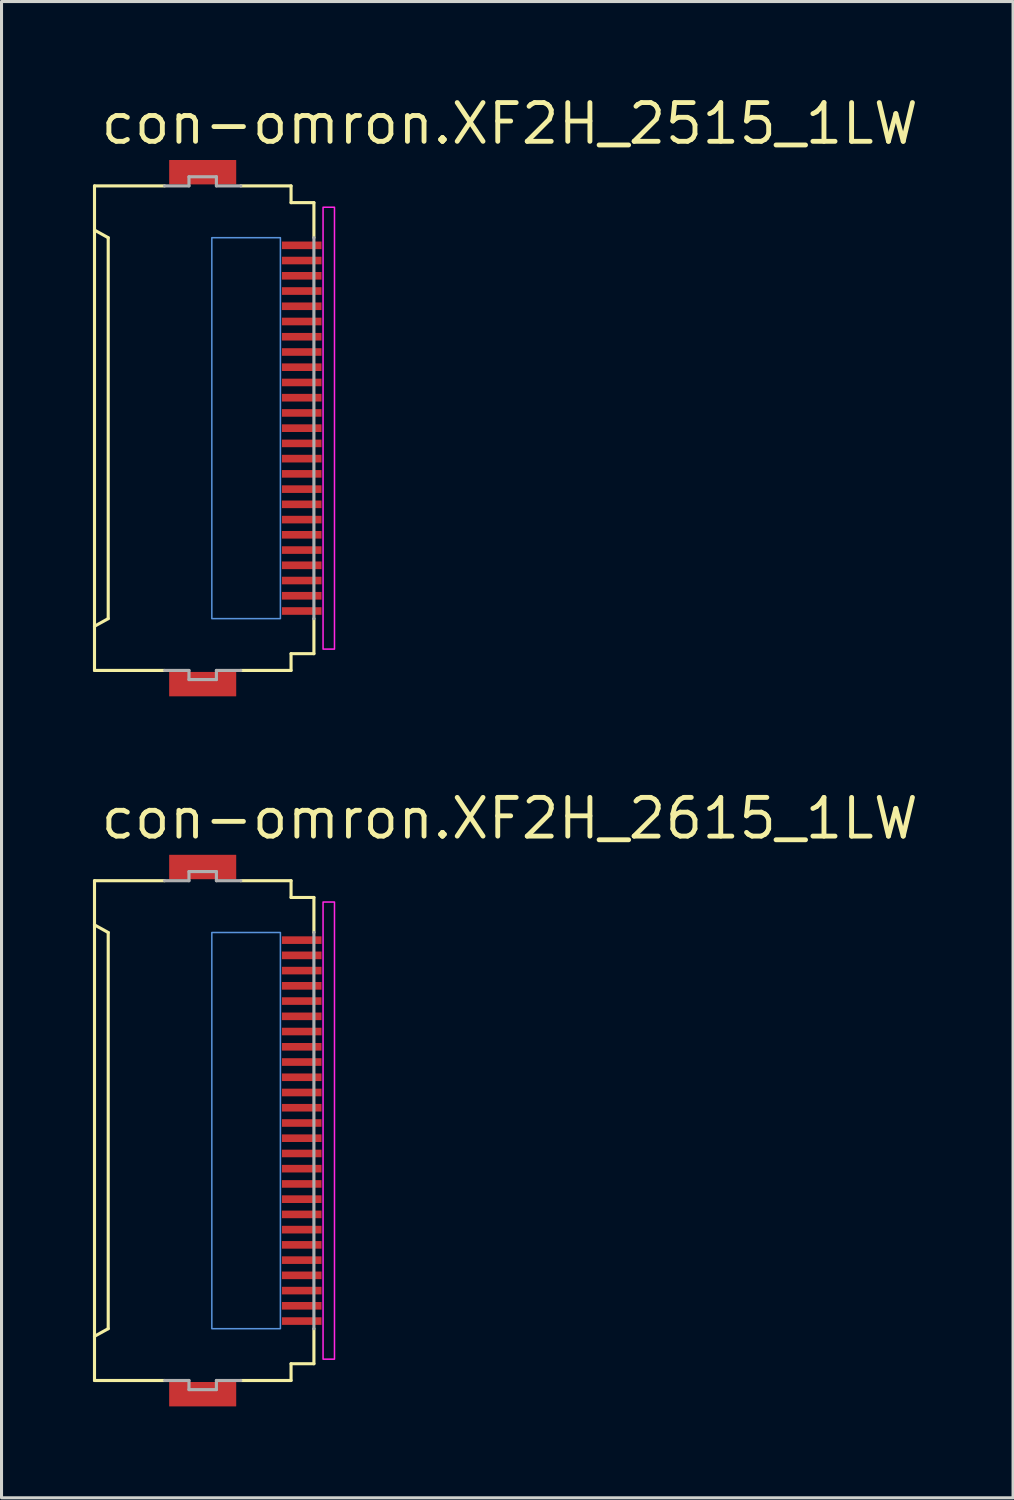
<source format=kicad_pcb>
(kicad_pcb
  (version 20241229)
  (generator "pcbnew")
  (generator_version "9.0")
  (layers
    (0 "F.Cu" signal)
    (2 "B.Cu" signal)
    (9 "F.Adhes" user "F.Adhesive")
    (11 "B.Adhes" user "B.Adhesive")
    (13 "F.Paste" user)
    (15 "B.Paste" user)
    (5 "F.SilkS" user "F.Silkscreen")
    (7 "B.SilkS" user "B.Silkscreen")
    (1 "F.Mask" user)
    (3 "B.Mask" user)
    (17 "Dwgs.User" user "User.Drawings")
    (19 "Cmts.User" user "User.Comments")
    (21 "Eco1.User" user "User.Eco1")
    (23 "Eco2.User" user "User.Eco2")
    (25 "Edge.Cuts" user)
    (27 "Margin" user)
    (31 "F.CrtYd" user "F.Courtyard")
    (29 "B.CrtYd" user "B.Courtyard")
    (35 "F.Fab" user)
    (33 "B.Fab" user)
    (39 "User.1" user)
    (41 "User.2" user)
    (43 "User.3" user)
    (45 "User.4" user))
  (footprint "con-omron.XF2H_2615_1LW"
    (layer "F.Cu")
    (at 3.676 34.05)
    (property "Reference" "con-omron.XF2H_2615_1LW" (at -3.5 -9.5 0) (layer "F.SilkS") (effects (font (size 1.27 1.27) (thickness 0.16)) (justify left bottom)))
    (attr smd)
    (fp_rect (start 2.475 -6.075) (end 3.875 -6.425) (stroke (width 0.05) (type default)) (fill yes) (layer "F.Mask"))
    (fp_rect (start 2.475 -5.575) (end 3.875 -5.925) (stroke (width 0.05) (type default)) (fill yes) (layer "F.Mask"))
    (fp_rect (start 2.475 -5.075) (end 3.875 -5.425) (stroke (width 0.05) (type default)) (fill yes) (layer "F.Mask"))
    (fp_rect (start 2.475 -4.575) (end 3.875 -4.925) (stroke (width 0.05) (type default)) (fill yes) (layer "F.Mask"))
    (fp_rect (start 2.475 -4.075) (end 3.875 -4.425) (stroke (width 0.05) (type default)) (fill yes) (layer "F.Mask"))
    (fp_rect (start 2.475 -3.575) (end 3.875 -3.925) (stroke (width 0.05) (type default)) (fill yes) (layer "F.Mask"))
    (fp_rect (start 2.475 -3.075) (end 3.875 -3.425) (stroke (width 0.05) (type default)) (fill yes) (layer "F.Mask"))
    (fp_rect (start 2.475 -2.575) (end 3.875 -2.925) (stroke (width 0.05) (type default)) (fill yes) (layer "F.Mask"))
    (fp_rect (start 2.475 -2.075) (end 3.875 -2.425) (stroke (width 0.05) (type default)) (fill yes) (layer "F.Mask"))
    (fp_rect (start 2.475 -1.575) (end 3.875 -1.925) (stroke (width 0.05) (type default)) (fill yes) (layer "F.Mask"))
    (fp_rect (start 2.475 -1.075) (end 3.875 -1.425) (stroke (width 0.05) (type default)) (fill yes) (layer "F.Mask"))
    (fp_rect (start 2.475 -0.575) (end 3.875 -0.925) (stroke (width 0.05) (type default)) (fill yes) (layer "F.Mask"))
    (fp_rect (start 2.475 -0.075) (end 3.875 -0.425) (stroke (width 0.05) (type default)) (fill yes) (layer "F.Mask"))
    (fp_rect (start 2.475 0.425) (end 3.875 0.075) (stroke (width 0.05) (type default)) (fill yes) (layer "F.Mask"))
    (fp_rect (start 2.475 0.925) (end 3.875 0.575) (stroke (width 0.05) (type default)) (fill yes) (layer "F.Mask"))
    (fp_rect (start 2.475 1.425) (end 3.875 1.075) (stroke (width 0.05) (type default)) (fill yes) (layer "F.Mask"))
    (fp_rect (start 2.475 1.925) (end 3.875 1.575) (stroke (width 0.05) (type default)) (fill yes) (layer "F.Mask"))
    (fp_rect (start 2.475 2.425) (end 3.875 2.075) (stroke (width 0.05) (type default)) (fill yes) (layer "F.Mask"))
    (fp_rect (start 2.475 2.925) (end 3.875 2.575) (stroke (width 0.05) (type default)) (fill yes) (layer "F.Mask"))
    (fp_rect (start 2.475 3.425) (end 3.875 3.075) (stroke (width 0.05) (type default)) (fill yes) (layer "F.Mask"))
    (fp_rect (start 2.475 3.925) (end 3.875 3.575) (stroke (width 0.05) (type default)) (fill yes) (layer "F.Mask"))
    (fp_rect (start 2.475 4.425) (end 3.875 4.075) (stroke (width 0.05) (type default)) (fill yes) (layer "F.Mask"))
    (fp_rect (start 2.475 4.925) (end 3.875 4.575) (stroke (width 0.05) (type default)) (fill yes) (layer "F.Mask"))
    (fp_rect (start 2.475 5.425) (end 3.875 5.075) (stroke (width 0.05) (type default)) (fill yes) (layer "F.Mask"))
    (fp_rect (start 2.475 5.925) (end 3.875 5.575) (stroke (width 0.05) (type default)) (fill yes) (layer "F.Mask"))
    (fp_rect (start 2.475 6.425) (end 3.875 6.075) (stroke (width 0.05) (type default)) (fill yes) (layer "F.Mask"))
    (fp_line (start -3.625 -8.2) (end -1.325 -8.2) (stroke (width 0.102) (type default)) (layer "F.SilkS"))
    (fp_line (start -3.625 -6.75) (end -3.625 -8.2) (stroke (width 0.102) (type default)) (layer "F.SilkS"))
    (fp_line (start -3.625 -6.75) (end -3.625 6.75) (stroke (width 0.102) (type default)) (layer "F.SilkS"))
    (fp_line (start -3.625 6.75) (end -3.175 6.5) (stroke (width 0.102) (type default)) (layer "F.SilkS"))
    (fp_line (start -3.625 8.2) (end -3.625 6.75) (stroke (width 0.102) (type default)) (layer "F.SilkS"))
    (fp_line (start -3.175 -6.5) (end -3.625 -6.75) (stroke (width 0.102) (type default)) (layer "F.SilkS"))
    (fp_line (start -3.175 6.5) (end -3.175 -6.5) (stroke (width 0.102) (type default)) (layer "F.SilkS"))
    (fp_line (start -1.325 8.2) (end -3.625 8.2) (stroke (width 0.102) (type default)) (layer "F.SilkS"))
    (fp_line (start 1.175 -8.2) (end 2.825 -8.2) (stroke (width 0.102) (type default)) (layer "F.SilkS"))
    (fp_line (start 1.175 8.2) (end 2.825 8.2) (stroke (width 0.102) (type default)) (layer "F.SilkS"))
    (fp_line (start 2.825 -8.2) (end 2.825 -7.65) (stroke (width 0.102) (type default)) (layer "F.SilkS"))
    (fp_line (start 2.825 -7.65) (end 3.575 -7.65) (stroke (width 0.102) (type default)) (layer "F.SilkS"))
    (fp_line (start 2.825 7.65) (end 2.825 8.2) (stroke (width 0.102) (type default)) (layer "F.SilkS"))
    (fp_line (start 2.825 7.65) (end 3.575 7.65) (stroke (width 0.102) (type default)) (layer "F.SilkS"))
    (fp_line (start 3.575 -7.65) (end 3.575 -6.5) (stroke (width 0.102) (type default)) (layer "F.SilkS"))
    (fp_line (start 3.575 6.5) (end 3.575 7.65) (stroke (width 0.102) (type default)) (layer "F.SilkS"))
    (fp_rect (start 0.225 6.5) (end 2.475 -6.5) (stroke (width 0.05) (type default)) (fill no) (layer "Cmts.User"))
    (fp_rect (start 3.875 7.5) (end 4.25 -7.5) (stroke (width 0.05) (type default)) (fill no) (layer "F.CrtYd"))
    (fp_line (start -1.325 -8.2) (end -0.525 -8.2) (stroke (width 0.102) (type default)) (layer "F.Fab"))
    (fp_line (start -0.525 -8.5) (end 0.375 -8.5) (stroke (width 0.102) (type default)) (layer "F.Fab"))
    (fp_line (start -0.525 -8.2) (end -0.525 -8.5) (stroke (width 0.102) (type default)) (layer "F.Fab"))
    (fp_line (start -0.525 8.2) (end -1.325 8.2) (stroke (width 0.102) (type default)) (layer "F.Fab"))
    (fp_line (start -0.525 8.5) (end -0.525 8.2) (stroke (width 0.102) (type default)) (layer "F.Fab"))
    (fp_line (start 0.375 -8.5) (end 0.375 -8.2) (stroke (width 0.102) (type default)) (layer "F.Fab"))
    (fp_line (start 0.375 -8.2) (end 1.175 -8.2) (stroke (width 0.102) (type default)) (layer "F.Fab"))
    (fp_line (start 0.375 8.2) (end 0.375 8.5) (stroke (width 0.102) (type default)) (layer "F.Fab"))
    (fp_line (start 0.375 8.5) (end -0.525 8.5) (stroke (width 0.102) (type default)) (layer "F.Fab"))
    (fp_line (start 1.175 8.2) (end 0.375 8.2) (stroke (width 0.102) (type default)) (layer "F.Fab"))
    (fp_line (start 3.575 -6.5) (end 3.575 6.5) (stroke (width 0.102) (type default)) (layer "F.Fab"))
    (pad "1" smd roundrect (at 3.175 -6.25) (size 1.3 0.25) (layers "F.Cu" "F.Mask" "F.Paste") (roundrect_rratio 0.01))
    (pad "2" smd roundrect (at 3.175 -5.75) (size 1.3 0.25) (layers "F.Cu" "F.Mask" "F.Paste") (roundrect_rratio 0.01))
    (pad "3" smd roundrect (at 3.175 -5.25) (size 1.3 0.25) (layers "F.Cu" "F.Mask" "F.Paste") (roundrect_rratio 0.01))
    (pad "4" smd roundrect (at 3.175 -4.75) (size 1.3 0.25) (layers "F.Cu" "F.Mask" "F.Paste") (roundrect_rratio 0.01))
    (pad "5" smd roundrect (at 3.175 -4.25) (size 1.3 0.25) (layers "F.Cu" "F.Mask" "F.Paste") (roundrect_rratio 0.01))
    (pad "6" smd roundrect (at 3.175 -3.75) (size 1.3 0.25) (layers "F.Cu" "F.Mask" "F.Paste") (roundrect_rratio 0.01))
    (pad "7" smd roundrect (at 3.175 -3.25) (size 1.3 0.25) (layers "F.Cu" "F.Mask" "F.Paste") (roundrect_rratio 0.01))
    (pad "8" smd roundrect (at 3.175 -2.75) (size 1.3 0.25) (layers "F.Cu" "F.Mask" "F.Paste") (roundrect_rratio 0.01))
    (pad "9" smd roundrect (at 3.175 -2.25) (size 1.3 0.25) (layers "F.Cu" "F.Mask" "F.Paste") (roundrect_rratio 0.01))
    (pad "10" smd roundrect (at 3.175 -1.75) (size 1.3 0.25) (layers "F.Cu" "F.Mask" "F.Paste") (roundrect_rratio 0.01))
    (pad "11" smd roundrect (at 3.175 -1.25) (size 1.3 0.25) (layers "F.Cu" "F.Mask" "F.Paste") (roundrect_rratio 0.01))
    (pad "12" smd roundrect (at 3.175 -0.75) (size 1.3 0.25) (layers "F.Cu" "F.Mask" "F.Paste") (roundrect_rratio 0.01))
    (pad "13" smd roundrect (at 3.175 -0.25) (size 1.3 0.25) (layers "F.Cu" "F.Mask" "F.Paste") (roundrect_rratio 0.01))
    (pad "14" smd roundrect (at 3.175 0.25) (size 1.3 0.25) (layers "F.Cu" "F.Mask" "F.Paste") (roundrect_rratio 0.01))
    (pad "15" smd roundrect (at 3.175 0.75) (size 1.3 0.25) (layers "F.Cu" "F.Mask" "F.Paste") (roundrect_rratio 0.01))
    (pad "16" smd roundrect (at 3.175 1.25) (size 1.3 0.25) (layers "F.Cu" "F.Mask" "F.Paste") (roundrect_rratio 0.01))
    (pad "17" smd roundrect (at 3.175 1.75) (size 1.3 0.25) (layers "F.Cu" "F.Mask" "F.Paste") (roundrect_rratio 0.01))
    (pad "18" smd roundrect (at 3.175 2.25) (size 1.3 0.25) (layers "F.Cu" "F.Mask" "F.Paste") (roundrect_rratio 0.01))
    (pad "19" smd roundrect (at 3.175 2.75) (size 1.3 0.25) (layers "F.Cu" "F.Mask" "F.Paste") (roundrect_rratio 0.01))
    (pad "20" smd roundrect (at 3.175 3.25) (size 1.3 0.25) (layers "F.Cu" "F.Mask" "F.Paste") (roundrect_rratio 0.01))
    (pad "21" smd roundrect (at 3.175 3.75) (size 1.3 0.25) (layers "F.Cu" "F.Mask" "F.Paste") (roundrect_rratio 0.01))
    (pad "22" smd roundrect (at 3.175 4.25) (size 1.3 0.25) (layers "F.Cu" "F.Mask" "F.Paste") (roundrect_rratio 0.01))
    (pad "23" smd roundrect (at 3.175 4.75) (size 1.3 0.25) (layers "F.Cu" "F.Mask" "F.Paste") (roundrect_rratio 0.01))
    (pad "24" smd roundrect (at 3.175 5.25) (size 1.3 0.25) (layers "F.Cu" "F.Mask" "F.Paste") (roundrect_rratio 0.01))
    (pad "25" smd roundrect (at 3.175 5.75) (size 1.3 0.25) (layers "F.Cu" "F.Mask" "F.Paste") (roundrect_rratio 0.01))
    (pad "26" smd roundrect (at 3.175 6.25) (size 1.3 0.25) (layers "F.Cu" "F.Mask" "F.Paste") (roundrect_rratio 0.01))
    (pad "M1" smd roundrect (at -0.075 -8.65) (size 2.2 0.8) (layers "F.Cu" "F.Mask" "F.Paste") (roundrect_rratio 0.01))
    (pad "M2" smd roundrect (at -0.075 8.65) (size 2.2 0.8) (layers "F.Cu" "F.Mask" "F.Paste") (roundrect_rratio 0.01)))
  (footprint "con-omron.XF2H_2515_1LW"
    (layer "F.Cu")
    (at 3.676 11)
    (property "Reference" "con-omron.XF2H_2515_1LW" (at -3.5 -9.25 0) (layer "F.SilkS") (effects (font (size 1.27 1.27) (thickness 0.16)) (justify left bottom)))
    (attr smd)
    (fp_rect (start 2.475 -5.825) (end 3.875 -6.175) (stroke (width 0.05) (type default)) (fill yes) (layer "F.Mask"))
    (fp_rect (start 2.475 -5.325) (end 3.875 -5.675) (stroke (width 0.05) (type default)) (fill yes) (layer "F.Mask"))
    (fp_rect (start 2.475 -4.825) (end 3.875 -5.175) (stroke (width 0.05) (type default)) (fill yes) (layer "F.Mask"))
    (fp_rect (start 2.475 -4.325) (end 3.875 -4.675) (stroke (width 0.05) (type default)) (fill yes) (layer "F.Mask"))
    (fp_rect (start 2.475 -3.825) (end 3.875 -4.175) (stroke (width 0.05) (type default)) (fill yes) (layer "F.Mask"))
    (fp_rect (start 2.475 -3.325) (end 3.875 -3.675) (stroke (width 0.05) (type default)) (fill yes) (layer "F.Mask"))
    (fp_rect (start 2.475 -2.825) (end 3.875 -3.175) (stroke (width 0.05) (type default)) (fill yes) (layer "F.Mask"))
    (fp_rect (start 2.475 -2.325) (end 3.875 -2.675) (stroke (width 0.05) (type default)) (fill yes) (layer "F.Mask"))
    (fp_rect (start 2.475 -1.825) (end 3.875 -2.175) (stroke (width 0.05) (type default)) (fill yes) (layer "F.Mask"))
    (fp_rect (start 2.475 -1.325) (end 3.875 -1.675) (stroke (width 0.05) (type default)) (fill yes) (layer "F.Mask"))
    (fp_rect (start 2.475 -0.825) (end 3.875 -1.175) (stroke (width 0.05) (type default)) (fill yes) (layer "F.Mask"))
    (fp_rect (start 2.475 -0.325) (end 3.875 -0.675) (stroke (width 0.05) (type default)) (fill yes) (layer "F.Mask"))
    (fp_rect (start 2.475 0.175) (end 3.875 -0.175) (stroke (width 0.05) (type default)) (fill yes) (layer "F.Mask"))
    (fp_rect (start 2.475 0.675) (end 3.875 0.325) (stroke (width 0.05) (type default)) (fill yes) (layer "F.Mask"))
    (fp_rect (start 2.475 1.175) (end 3.875 0.825) (stroke (width 0.05) (type default)) (fill yes) (layer "F.Mask"))
    (fp_rect (start 2.475 1.675) (end 3.875 1.325) (stroke (width 0.05) (type default)) (fill yes) (layer "F.Mask"))
    (fp_rect (start 2.475 2.175) (end 3.875 1.825) (stroke (width 0.05) (type default)) (fill yes) (layer "F.Mask"))
    (fp_rect (start 2.475 2.675) (end 3.875 2.325) (stroke (width 0.05) (type default)) (fill yes) (layer "F.Mask"))
    (fp_rect (start 2.475 3.175) (end 3.875 2.825) (stroke (width 0.05) (type default)) (fill yes) (layer "F.Mask"))
    (fp_rect (start 2.475 3.675) (end 3.875 3.325) (stroke (width 0.05) (type default)) (fill yes) (layer "F.Mask"))
    (fp_rect (start 2.475 4.175) (end 3.875 3.825) (stroke (width 0.05) (type default)) (fill yes) (layer "F.Mask"))
    (fp_rect (start 2.475 4.675) (end 3.875 4.325) (stroke (width 0.05) (type default)) (fill yes) (layer "F.Mask"))
    (fp_rect (start 2.475 5.175) (end 3.875 4.825) (stroke (width 0.05) (type default)) (fill yes) (layer "F.Mask"))
    (fp_rect (start 2.475 5.675) (end 3.875 5.325) (stroke (width 0.05) (type default)) (fill yes) (layer "F.Mask"))
    (fp_rect (start 2.475 6.175) (end 3.875 5.825) (stroke (width 0.05) (type default)) (fill yes) (layer "F.Mask"))
    (fp_line (start -3.625 -7.95) (end -1.325 -7.95) (stroke (width 0.102) (type default)) (layer "F.SilkS"))
    (fp_line (start -3.625 -6.5) (end -3.625 -7.95) (stroke (width 0.102) (type default)) (layer "F.SilkS"))
    (fp_line (start -3.625 -6.5) (end -3.625 6.5) (stroke (width 0.102) (type default)) (layer "F.SilkS"))
    (fp_line (start -3.625 6.5) (end -3.175 6.25) (stroke (width 0.102) (type default)) (layer "F.SilkS"))
    (fp_line (start -3.625 7.95) (end -3.625 6.5) (stroke (width 0.102) (type default)) (layer "F.SilkS"))
    (fp_line (start -3.175 -6.25) (end -3.625 -6.5) (stroke (width 0.102) (type default)) (layer "F.SilkS"))
    (fp_line (start -3.175 6.25) (end -3.175 -6.25) (stroke (width 0.102) (type default)) (layer "F.SilkS"))
    (fp_line (start -1.325 7.95) (end -3.625 7.95) (stroke (width 0.102) (type default)) (layer "F.SilkS"))
    (fp_line (start 1.175 -7.95) (end 2.825 -7.95) (stroke (width 0.102) (type default)) (layer "F.SilkS"))
    (fp_line (start 1.175 7.95) (end 2.825 7.95) (stroke (width 0.102) (type default)) (layer "F.SilkS"))
    (fp_line (start 2.825 -7.95) (end 2.825 -7.4) (stroke (width 0.102) (type default)) (layer "F.SilkS"))
    (fp_line (start 2.825 -7.4) (end 3.575 -7.4) (stroke (width 0.102) (type default)) (layer "F.SilkS"))
    (fp_line (start 2.825 7.4) (end 2.825 7.95) (stroke (width 0.102) (type default)) (layer "F.SilkS"))
    (fp_line (start 2.825 7.4) (end 3.575 7.4) (stroke (width 0.102) (type default)) (layer "F.SilkS"))
    (fp_line (start 3.575 -7.4) (end 3.575 -6.25) (stroke (width 0.102) (type default)) (layer "F.SilkS"))
    (fp_line (start 3.575 6.25) (end 3.575 7.4) (stroke (width 0.102) (type default)) (layer "F.SilkS"))
    (fp_rect (start 0.225 6.25) (end 2.475 -6.25) (stroke (width 0.05) (type default)) (fill no) (layer "Cmts.User"))
    (fp_rect (start 3.875 7.25) (end 4.25 -7.25) (stroke (width 0.05) (type default)) (fill no) (layer "F.CrtYd"))
    (fp_line (start -1.325 -7.95) (end -0.525 -7.95) (stroke (width 0.102) (type default)) (layer "F.Fab"))
    (fp_line (start -0.525 -8.25) (end 0.375 -8.25) (stroke (width 0.102) (type default)) (layer "F.Fab"))
    (fp_line (start -0.525 -7.95) (end -0.525 -8.25) (stroke (width 0.102) (type default)) (layer "F.Fab"))
    (fp_line (start -0.525 7.95) (end -1.325 7.95) (stroke (width 0.102) (type default)) (layer "F.Fab"))
    (fp_line (start -0.525 8.25) (end -0.525 7.95) (stroke (width 0.102) (type default)) (layer "F.Fab"))
    (fp_line (start 0.375 -8.25) (end 0.375 -7.95) (stroke (width 0.102) (type default)) (layer "F.Fab"))
    (fp_line (start 0.375 -7.95) (end 1.175 -7.95) (stroke (width 0.102) (type default)) (layer "F.Fab"))
    (fp_line (start 0.375 7.95) (end 0.375 8.25) (stroke (width 0.102) (type default)) (layer "F.Fab"))
    (fp_line (start 0.375 8.25) (end -0.525 8.25) (stroke (width 0.102) (type default)) (layer "F.Fab"))
    (fp_line (start 1.175 7.95) (end 0.375 7.95) (stroke (width 0.102) (type default)) (layer "F.Fab"))
    (fp_line (start 3.575 -6.25) (end 3.575 6.25) (stroke (width 0.102) (type default)) (layer "F.Fab"))
    (pad "1" smd roundrect (at 3.175 -6) (size 1.3 0.25) (layers "F.Cu" "F.Mask" "F.Paste") (roundrect_rratio 0.01))
    (pad "2" smd roundrect (at 3.175 -5.5) (size 1.3 0.25) (layers "F.Cu" "F.Mask" "F.Paste") (roundrect_rratio 0.01))
    (pad "3" smd roundrect (at 3.175 -5) (size 1.3 0.25) (layers "F.Cu" "F.Mask" "F.Paste") (roundrect_rratio 0.01))
    (pad "4" smd roundrect (at 3.175 -4.5) (size 1.3 0.25) (layers "F.Cu" "F.Mask" "F.Paste") (roundrect_rratio 0.01))
    (pad "5" smd roundrect (at 3.175 -4) (size 1.3 0.25) (layers "F.Cu" "F.Mask" "F.Paste") (roundrect_rratio 0.01))
    (pad "6" smd roundrect (at 3.175 -3.5) (size 1.3 0.25) (layers "F.Cu" "F.Mask" "F.Paste") (roundrect_rratio 0.01))
    (pad "7" smd roundrect (at 3.175 -3) (size 1.3 0.25) (layers "F.Cu" "F.Mask" "F.Paste") (roundrect_rratio 0.01))
    (pad "8" smd roundrect (at 3.175 -2.5) (size 1.3 0.25) (layers "F.Cu" "F.Mask" "F.Paste") (roundrect_rratio 0.01))
    (pad "9" smd roundrect (at 3.175 -2) (size 1.3 0.25) (layers "F.Cu" "F.Mask" "F.Paste") (roundrect_rratio 0.01))
    (pad "10" smd roundrect (at 3.175 -1.5) (size 1.3 0.25) (layers "F.Cu" "F.Mask" "F.Paste") (roundrect_rratio 0.01))
    (pad "11" smd roundrect (at 3.175 -1) (size 1.3 0.25) (layers "F.Cu" "F.Mask" "F.Paste") (roundrect_rratio 0.01))
    (pad "12" smd roundrect (at 3.175 -0.5) (size 1.3 0.25) (layers "F.Cu" "F.Mask" "F.Paste") (roundrect_rratio 0.01))
    (pad "13" smd roundrect (at 3.175 0) (size 1.3 0.25) (layers "F.Cu" "F.Mask" "F.Paste") (roundrect_rratio 0.01))
    (pad "14" smd roundrect (at 3.175 0.5) (size 1.3 0.25) (layers "F.Cu" "F.Mask" "F.Paste") (roundrect_rratio 0.01))
    (pad "15" smd roundrect (at 3.175 1) (size 1.3 0.25) (layers "F.Cu" "F.Mask" "F.Paste") (roundrect_rratio 0.01))
    (pad "16" smd roundrect (at 3.175 1.5) (size 1.3 0.25) (layers "F.Cu" "F.Mask" "F.Paste") (roundrect_rratio 0.01))
    (pad "17" smd roundrect (at 3.175 2) (size 1.3 0.25) (layers "F.Cu" "F.Mask" "F.Paste") (roundrect_rratio 0.01))
    (pad "18" smd roundrect (at 3.175 2.5) (size 1.3 0.25) (layers "F.Cu" "F.Mask" "F.Paste") (roundrect_rratio 0.01))
    (pad "19" smd roundrect (at 3.175 3) (size 1.3 0.25) (layers "F.Cu" "F.Mask" "F.Paste") (roundrect_rratio 0.01))
    (pad "20" smd roundrect (at 3.175 3.5) (size 1.3 0.25) (layers "F.Cu" "F.Mask" "F.Paste") (roundrect_rratio 0.01))
    (pad "21" smd roundrect (at 3.175 4) (size 1.3 0.25) (layers "F.Cu" "F.Mask" "F.Paste") (roundrect_rratio 0.01))
    (pad "22" smd roundrect (at 3.175 4.5) (size 1.3 0.25) (layers "F.Cu" "F.Mask" "F.Paste") (roundrect_rratio 0.01))
    (pad "23" smd roundrect (at 3.175 5) (size 1.3 0.25) (layers "F.Cu" "F.Mask" "F.Paste") (roundrect_rratio 0.01))
    (pad "24" smd roundrect (at 3.175 5.5) (size 1.3 0.25) (layers "F.Cu" "F.Mask" "F.Paste") (roundrect_rratio 0.01))
    (pad "25" smd roundrect (at 3.175 6) (size 1.3 0.25) (layers "F.Cu" "F.Mask" "F.Paste") (roundrect_rratio 0.01))
    (pad "M1" smd roundrect (at -0.075 -8.4) (size 2.2 0.8) (layers "F.Cu" "F.Mask" "F.Paste") (roundrect_rratio 0.01))
    (pad "M2" smd roundrect (at -0.075 8.4) (size 2.2 0.8) (layers "F.Cu" "F.Mask" "F.Paste") (roundrect_rratio 0.01)))
  (gr_rect
    (start -3 -3)
    (end 30.193 46.1)
    (stroke (width 0.1) (type default))
    (fill no)
    (layer "Edge.Cuts")))
</source>
